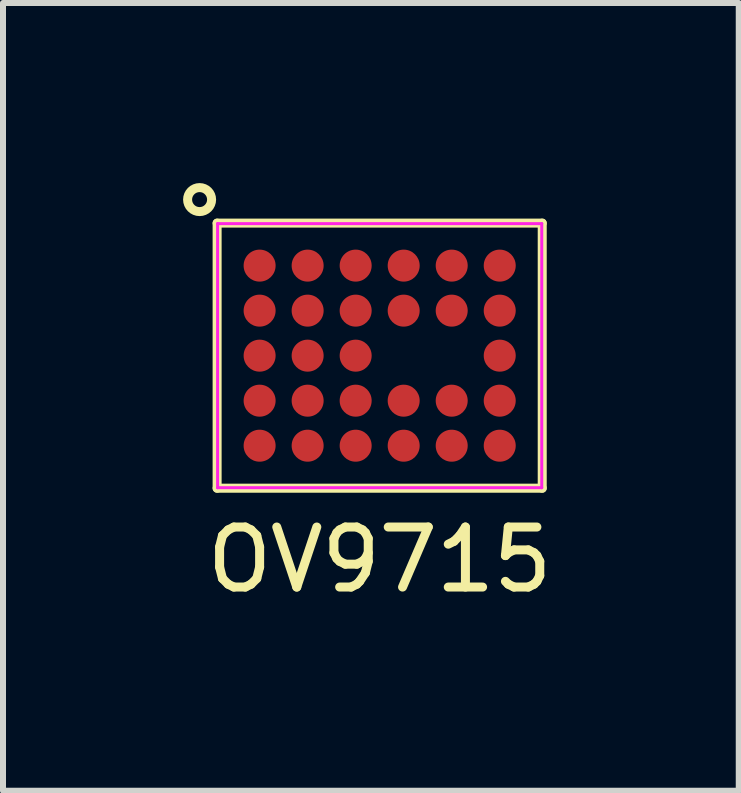
<source format=kicad_pcb>
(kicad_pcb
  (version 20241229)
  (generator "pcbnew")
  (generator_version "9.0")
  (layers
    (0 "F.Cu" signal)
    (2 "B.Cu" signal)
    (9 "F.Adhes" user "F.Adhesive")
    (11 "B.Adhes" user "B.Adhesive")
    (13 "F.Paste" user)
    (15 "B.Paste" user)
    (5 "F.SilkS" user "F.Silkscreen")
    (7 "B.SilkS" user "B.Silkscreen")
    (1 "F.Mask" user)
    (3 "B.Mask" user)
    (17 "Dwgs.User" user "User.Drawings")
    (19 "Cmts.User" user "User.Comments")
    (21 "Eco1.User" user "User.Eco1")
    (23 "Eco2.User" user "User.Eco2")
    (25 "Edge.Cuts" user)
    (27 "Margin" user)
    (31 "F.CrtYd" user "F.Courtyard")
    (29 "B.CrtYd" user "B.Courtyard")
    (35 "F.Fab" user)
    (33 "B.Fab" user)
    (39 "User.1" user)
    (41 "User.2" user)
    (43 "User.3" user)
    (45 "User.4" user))
  (footprint "OV9715"
    (layer "F.Cu")
    (at 3.275 2.875)
    (property "Reference" "OV9715" (at 0 3.4 0) (layer "F.SilkS") (effects (font (size 1 1) (thickness 0.15))))
    (attr smd)
    (fp_line (start -2.708 -2.208) (end -2.708 2.208) (stroke (width 0.15) (type solid)) (layer "F.SilkS"))
    (fp_line (start -2.708 -2.208) (end 2.708 -2.208) (stroke (width 0.15) (type solid)) (layer "F.SilkS"))
    (fp_line (start -2.708 2.208) (end 2.708 2.208) (stroke (width 0.15) (type solid)) (layer "F.SilkS"))
    (fp_line (start 2.708 -2.208) (end 2.708 2.208) (stroke (width 0.15) (type solid)) (layer "F.SilkS"))
    (fp_circle (center -3 -2.6) (end -3 -2.8) (stroke (width 0.15) (type solid)) (fill no) (layer "F.SilkS"))
    (fp_line (start -2.7 -2.2) (end 2.7 -2.2) (stroke (width 0.05) (type solid)) (layer "F.CrtYd"))
    (fp_line (start -2.7 2.2) (end -2.7 -2.2) (stroke (width 0.05) (type solid)) (layer "F.CrtYd"))
    (fp_line (start 2.7 -2.2) (end 2.7 2.2) (stroke (width 0.05) (type solid)) (layer "F.CrtYd"))
    (fp_line (start 2.7 2.2) (end -2.7 2.2) (stroke (width 0.05) (type solid)) (layer "F.CrtYd"))
    (pad "A1" smd circle (at -2 -1.5) (size 0.533 0.533) (layers "F.Cu" "F.Mask" "F.Paste"))
    (pad "A2" smd circle (at -1.2 -1.5) (size 0.533 0.533) (layers "F.Cu" "F.Mask" "F.Paste"))
    (pad "A3" smd circle (at -0.4 -1.5) (size 0.533 0.533) (layers "F.Cu" "F.Mask" "F.Paste"))
    (pad "A4" smd circle (at 0.4 -1.5) (size 0.533 0.533) (layers "F.Cu" "F.Mask" "F.Paste"))
    (pad "A5" smd circle (at 1.2 -1.5) (size 0.533 0.533) (layers "F.Cu" "F.Mask" "F.Paste"))
    (pad "A6" smd circle (at 2 -1.5) (size 0.533 0.533) (layers "F.Cu" "F.Mask" "F.Paste"))
    (pad "B1" smd circle (at -2 -0.75) (size 0.533 0.533) (layers "F.Cu" "F.Mask" "F.Paste"))
    (pad "B2" smd circle (at -1.2 -0.75) (size 0.533 0.533) (layers "F.Cu" "F.Mask" "F.Paste"))
    (pad "B3" smd circle (at -0.4 -0.75) (size 0.533 0.533) (layers "F.Cu" "F.Mask" "F.Paste"))
    (pad "B4" smd circle (at 0.4 -0.75) (size 0.533 0.533) (layers "F.Cu" "F.Mask" "F.Paste"))
    (pad "B5" smd circle (at 1.2 -0.75) (size 0.533 0.533) (layers "F.Cu" "F.Mask" "F.Paste"))
    (pad "B6" smd circle (at 2 -0.75) (size 0.533 0.533) (layers "F.Cu" "F.Mask" "F.Paste"))
    (pad "C1" smd circle (at -2 0) (size 0.533 0.533) (layers "F.Cu" "F.Mask" "F.Paste"))
    (pad "C2" smd circle (at -1.2 0) (size 0.533 0.533) (layers "F.Cu" "F.Mask" "F.Paste"))
    (pad "C3" smd circle (at -0.4 0) (size 0.533 0.533) (layers "F.Cu" "F.Mask" "F.Paste"))
    (pad "C6" smd circle (at 2 0) (size 0.533 0.533) (layers "F.Cu" "F.Mask" "F.Paste"))
    (pad "D1" smd circle (at -2 0.75) (size 0.533 0.533) (layers "F.Cu" "F.Mask" "F.Paste"))
    (pad "D2" smd circle (at -1.2 0.75) (size 0.533 0.533) (layers "F.Cu" "F.Mask" "F.Paste"))
    (pad "D3" smd circle (at -0.4 0.75) (size 0.533 0.533) (layers "F.Cu" "F.Mask" "F.Paste"))
    (pad "D4" smd circle (at 0.4 0.75) (size 0.533 0.533) (layers "F.Cu" "F.Mask" "F.Paste"))
    (pad "D5" smd circle (at 1.2 0.75) (size 0.533 0.533) (layers "F.Cu" "F.Mask" "F.Paste"))
    (pad "D6" smd circle (at 2 0.75) (size 0.533 0.533) (layers "F.Cu" "F.Mask" "F.Paste"))
    (pad "E1" smd circle (at -2 1.5) (size 0.533 0.533) (layers "F.Cu" "F.Mask" "F.Paste"))
    (pad "E2" smd circle (at -1.2 1.5) (size 0.533 0.533) (layers "F.Cu" "F.Mask" "F.Paste"))
    (pad "E3" smd circle (at -0.4 1.5) (size 0.533 0.533) (layers "F.Cu" "F.Mask" "F.Paste"))
    (pad "E4" smd circle (at 0.4 1.5) (size 0.533 0.533) (layers "F.Cu" "F.Mask" "F.Paste"))
    (pad "E5" smd circle (at 1.2 1.5) (size 0.533 0.533) (layers "F.Cu" "F.Mask" "F.Paste"))
    (pad "E6" smd circle (at 2 1.5) (size 0.533 0.533) (layers "F.Cu" "F.Mask" "F.Paste")))
  (gr_rect
    (start -3 -3)
    (end 9.257 10.123)
    (stroke (width 0.1) (type default))
    (fill no)
    (layer "Edge.Cuts")))
</source>
